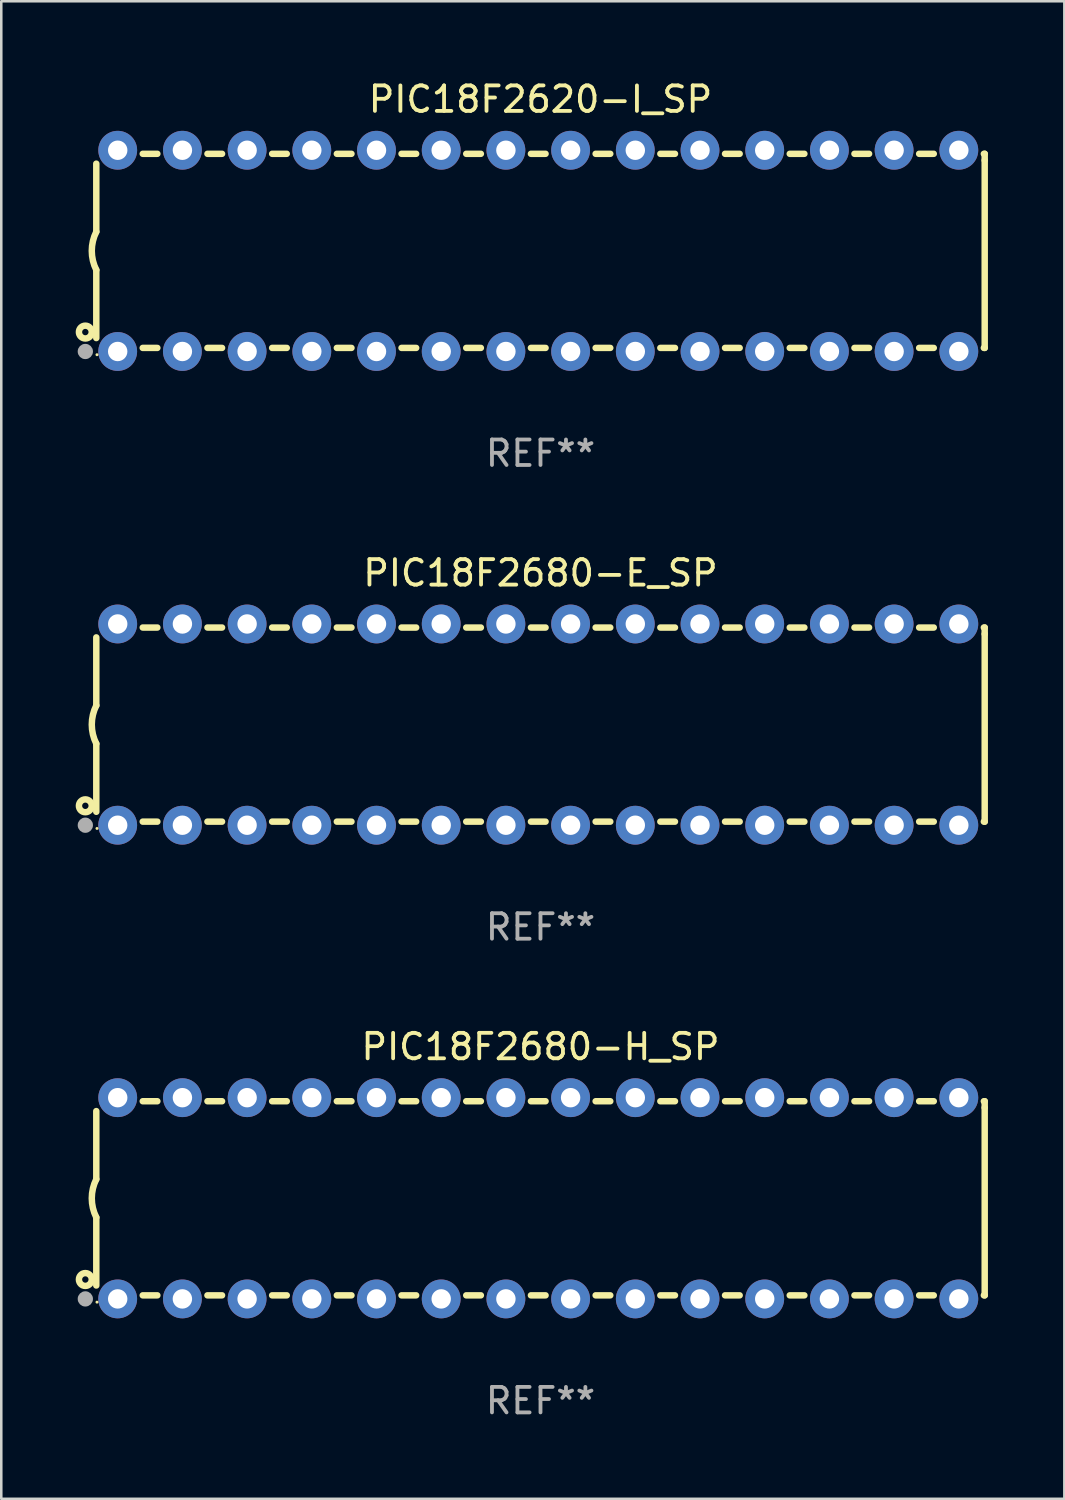
<source format=kicad_pcb>
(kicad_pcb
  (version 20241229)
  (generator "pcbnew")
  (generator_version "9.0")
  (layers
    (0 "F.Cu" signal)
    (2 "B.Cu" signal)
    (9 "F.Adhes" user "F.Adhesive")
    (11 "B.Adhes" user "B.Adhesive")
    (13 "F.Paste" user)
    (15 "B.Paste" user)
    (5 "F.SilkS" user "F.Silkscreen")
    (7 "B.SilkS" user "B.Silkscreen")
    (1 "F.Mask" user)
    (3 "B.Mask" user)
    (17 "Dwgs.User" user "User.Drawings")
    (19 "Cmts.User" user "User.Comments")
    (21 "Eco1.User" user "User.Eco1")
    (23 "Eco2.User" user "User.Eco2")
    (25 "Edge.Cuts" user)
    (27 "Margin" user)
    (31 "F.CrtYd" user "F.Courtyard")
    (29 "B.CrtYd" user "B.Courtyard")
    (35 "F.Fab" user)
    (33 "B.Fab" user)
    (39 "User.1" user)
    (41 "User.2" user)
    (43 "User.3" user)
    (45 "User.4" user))
  (footprint "PIC18F2680-H_SP"
    (layer "F.Cu")
    (at 18.168 43.991)
    (property "Reference" "PIC18F2680-H_SP" (at 0 -5.95 0) (layer "F.SilkS") (effects (font (size 1 1) (thickness 0.15))))
    (attr through_hole)
    (fp_line (start -17.438 0.75) (end -17.438 3.423) (stroke (width 0.254) (type solid)) (layer "F.SilkS"))
    (fp_line (start -17.438 -3.423) (end -17.438 -0.75) (stroke (width 0.254) (type solid)) (layer "F.SilkS"))
    (fp_line (start -15.615 3.81) (end -15.041 3.81) (stroke (width 0.254) (type solid)) (layer "F.SilkS"))
    (fp_line (start -15.041 -3.81) (end -15.614 -3.81) (stroke (width 0.254) (type solid)) (layer "F.SilkS"))
    (fp_line (start -13.075 3.81) (end -12.501 3.81) (stroke (width 0.254) (type solid)) (layer "F.SilkS"))
    (fp_line (start -12.501 -3.81) (end -13.074 -3.81) (stroke (width 0.254) (type solid)) (layer "F.SilkS"))
    (fp_line (start -10.535 3.81) (end -9.961 3.81) (stroke (width 0.254) (type solid)) (layer "F.SilkS"))
    (fp_line (start -9.961 -3.81) (end -10.534 -3.81) (stroke (width 0.254) (type solid)) (layer "F.SilkS"))
    (fp_line (start -7.995 3.81) (end -7.421 3.81) (stroke (width 0.254) (type solid)) (layer "F.SilkS"))
    (fp_line (start -7.421 -3.81) (end -7.995 -3.81) (stroke (width 0.254) (type solid)) (layer "F.SilkS"))
    (fp_line (start -5.455 3.81) (end -4.881 3.81) (stroke (width 0.254) (type solid)) (layer "F.SilkS"))
    (fp_line (start -4.881 -3.81) (end -5.455 -3.81) (stroke (width 0.254) (type solid)) (layer "F.SilkS"))
    (fp_line (start -2.915 3.81) (end -2.341 3.81) (stroke (width 0.254) (type solid)) (layer "F.SilkS"))
    (fp_line (start -2.341 -3.81) (end -2.915 -3.81) (stroke (width 0.254) (type solid)) (layer "F.SilkS"))
    (fp_line (start -0.375 3.81) (end 0.199 3.81) (stroke (width 0.254) (type solid)) (layer "F.SilkS"))
    (fp_line (start 0.199 -3.81) (end -0.375 -3.81) (stroke (width 0.254) (type solid)) (layer "F.SilkS"))
    (fp_line (start 2.165 3.81) (end 2.739 3.81) (stroke (width 0.254) (type solid)) (layer "F.SilkS"))
    (fp_line (start 2.739 -3.81) (end 2.165 -3.81) (stroke (width 0.254) (type solid)) (layer "F.SilkS"))
    (fp_line (start 4.705 3.81) (end 5.279 3.81) (stroke (width 0.254) (type solid)) (layer "F.SilkS"))
    (fp_line (start 5.279 -3.81) (end 4.705 -3.81) (stroke (width 0.254) (type solid)) (layer "F.SilkS"))
    (fp_line (start 7.245 3.81) (end 7.819 3.81) (stroke (width 0.254) (type solid)) (layer "F.SilkS"))
    (fp_line (start 7.819 -3.81) (end 7.245 -3.81) (stroke (width 0.254) (type solid)) (layer "F.SilkS"))
    (fp_line (start 9.785 3.81) (end 10.359 3.81) (stroke (width 0.254) (type solid)) (layer "F.SilkS"))
    (fp_line (start 10.359 -3.81) (end 9.785 -3.81) (stroke (width 0.254) (type solid)) (layer "F.SilkS"))
    (fp_line (start 12.325 3.81) (end 12.899 3.81) (stroke (width 0.254) (type solid)) (layer "F.SilkS"))
    (fp_line (start 12.899 -3.81) (end 12.325 -3.81) (stroke (width 0.254) (type solid)) (layer "F.SilkS"))
    (fp_line (start 14.865 3.81) (end 15.439 3.81) (stroke (width 0.254) (type solid)) (layer "F.SilkS"))
    (fp_line (start 15.439 -3.81) (end 14.865 -3.81) (stroke (width 0.254) (type solid)) (layer "F.SilkS"))
    (fp_line (start 17.405 3.81) (end 17.438 3.81) (stroke (width 0.254) (type solid)) (layer "F.SilkS"))
    (fp_line (start 17.438 -3.81) (end 17.405 -3.81) (stroke (width 0.254) (type solid)) (layer "F.SilkS"))
    (fp_line (start 17.438 -3.556) (end 17.438 -3.81) (stroke (width 0.254) (type solid)) (layer "F.SilkS"))
    (fp_line (start 17.438 3.81) (end 17.438 -3.556) (stroke (width 0.254) (type solid)) (layer "F.SilkS"))
    (fp_arc (start -17.437986 0.749657) (mid -17.614887 -0.000024) (end -17.437783 -0.749657) (stroke (width 0.254001) (type solid)) (layer "F.SilkS"))
    (fp_circle (center -17.868 3.188) (end -17.743 3.188) (stroke (width 0.254) (type solid)) (fill no) (layer "F.SilkS"))
    (fp_circle (center -17.411 4.077) (end -17.381 4.077) (stroke (width 0.06) (type solid)) (fill no) (layer "F.SilkS"))
    (fp_circle (center -17.868 3.95) (end -17.718 3.95) (stroke (width 0.3) (type solid)) (fill no) (layer "F.Fab"))
    (fp_text user "REF**" (at 0 7.95 0) (layer "F.Fab") (effects (font (size 1 1) (thickness 0.15))))
    (pad "1" thru_hole circle (at -16.598 3.95) (size 1.524 1.524) (drill 0.762) (layers "*.Cu" "*.Mask"))
    (pad "2" thru_hole circle (at -14.058 3.95) (size 1.524 1.524) (drill 0.762) (layers "*.Cu" "*.Mask"))
    (pad "3" thru_hole circle (at -11.518 3.95) (size 1.524 1.524) (drill 0.762) (layers "*.Cu" "*.Mask"))
    (pad "4" thru_hole circle (at -8.978 3.95) (size 1.524 1.524) (drill 0.762) (layers "*.Cu" "*.Mask"))
    (pad "5" thru_hole circle (at -6.438 3.95) (size 1.524 1.524) (drill 0.762) (layers "*.Cu" "*.Mask"))
    (pad "6" thru_hole circle (at -3.898 3.95) (size 1.524 1.524) (drill 0.762) (layers "*.Cu" "*.Mask"))
    (pad "7" thru_hole circle (at -1.358 3.95) (size 1.524 1.524) (drill 0.762) (layers "*.Cu" "*.Mask"))
    (pad "8" thru_hole circle (at 1.182 3.95) (size 1.524 1.524) (drill 0.762) (layers "*.Cu" "*.Mask"))
    (pad "9" thru_hole circle (at 3.722 3.95) (size 1.524 1.524) (drill 0.762) (layers "*.Cu" "*.Mask"))
    (pad "10" thru_hole circle (at 6.262 3.95) (size 1.524 1.524) (drill 0.762) (layers "*.Cu" "*.Mask"))
    (pad "11" thru_hole circle (at 8.802 3.95) (size 1.524 1.524) (drill 0.762) (layers "*.Cu" "*.Mask"))
    (pad "12" thru_hole circle (at 11.342 3.95) (size 1.524 1.524) (drill 0.762) (layers "*.Cu" "*.Mask"))
    (pad "13" thru_hole circle (at 13.882 3.95) (size 1.524 1.524) (drill 0.762) (layers "*.Cu" "*.Mask"))
    (pad "14" thru_hole circle (at 16.422 3.95) (size 1.524 1.524) (drill 0.762) (layers "*.Cu" "*.Mask"))
    (pad "15" thru_hole circle (at 16.422 -3.95) (size 1.524 1.524) (drill 0.762) (layers "*.Cu" "*.Mask"))
    (pad "16" thru_hole circle (at 13.882 -3.95) (size 1.524 1.524) (drill 0.762) (layers "*.Cu" "*.Mask"))
    (pad "17" thru_hole circle (at 11.342 -3.95) (size 1.524 1.524) (drill 0.762) (layers "*.Cu" "*.Mask"))
    (pad "18" thru_hole circle (at 8.802 -3.95) (size 1.524 1.524) (drill 0.762) (layers "*.Cu" "*.Mask"))
    (pad "19" thru_hole circle (at 6.262 -3.95) (size 1.524 1.524) (drill 0.762) (layers "*.Cu" "*.Mask"))
    (pad "20" thru_hole circle (at 3.722 -3.95) (size 1.524 1.524) (drill 0.762) (layers "*.Cu" "*.Mask"))
    (pad "21" thru_hole circle (at 1.182 -3.95) (size 1.524 1.524) (drill 0.762) (layers "*.Cu" "*.Mask"))
    (pad "22" thru_hole circle (at -1.358 -3.95) (size 1.524 1.524) (drill 0.762) (layers "*.Cu" "*.Mask"))
    (pad "23" thru_hole circle (at -3.898 -3.95) (size 1.524 1.524) (drill 0.762) (layers "*.Cu" "*.Mask"))
    (pad "24" thru_hole circle (at -6.438 -3.95) (size 1.524 1.524) (drill 0.762) (layers "*.Cu" "*.Mask"))
    (pad "25" thru_hole circle (at -8.978 -3.95) (size 1.524 1.524) (drill 0.762) (layers "*.Cu" "*.Mask"))
    (pad "26" thru_hole circle (at -11.517 -3.95) (size 1.524 1.524) (drill 0.762) (layers "*.Cu" "*.Mask"))
    (pad "27" thru_hole circle (at -14.057 -3.95) (size 1.524 1.524) (drill 0.762) (layers "*.Cu" "*.Mask"))
    (pad "28" thru_hole circle (at -16.597 -3.95) (size 1.524 1.524) (drill 0.762) (layers "*.Cu" "*.Mask")))
  (footprint "PIC18F2620-I_SP"
    (layer "F.Cu")
    (at 18.168 6.798)
    (property "Reference" "PIC18F2620-I_SP" (at 0 -5.95 0) (layer "F.SilkS") (effects (font (size 1 1) (thickness 0.15))))
    (attr through_hole)
    (fp_line (start -17.438 0.75) (end -17.438 3.423) (stroke (width 0.254) (type solid)) (layer "F.SilkS"))
    (fp_line (start -17.438 -3.423) (end -17.438 -0.75) (stroke (width 0.254) (type solid)) (layer "F.SilkS"))
    (fp_line (start -15.615 3.81) (end -15.041 3.81) (stroke (width 0.254) (type solid)) (layer "F.SilkS"))
    (fp_line (start -15.041 -3.81) (end -15.614 -3.81) (stroke (width 0.254) (type solid)) (layer "F.SilkS"))
    (fp_line (start -13.075 3.81) (end -12.501 3.81) (stroke (width 0.254) (type solid)) (layer "F.SilkS"))
    (fp_line (start -12.501 -3.81) (end -13.074 -3.81) (stroke (width 0.254) (type solid)) (layer "F.SilkS"))
    (fp_line (start -10.535 3.81) (end -9.961 3.81) (stroke (width 0.254) (type solid)) (layer "F.SilkS"))
    (fp_line (start -9.961 -3.81) (end -10.534 -3.81) (stroke (width 0.254) (type solid)) (layer "F.SilkS"))
    (fp_line (start -7.995 3.81) (end -7.421 3.81) (stroke (width 0.254) (type solid)) (layer "F.SilkS"))
    (fp_line (start -7.421 -3.81) (end -7.995 -3.81) (stroke (width 0.254) (type solid)) (layer "F.SilkS"))
    (fp_line (start -5.455 3.81) (end -4.881 3.81) (stroke (width 0.254) (type solid)) (layer "F.SilkS"))
    (fp_line (start -4.881 -3.81) (end -5.455 -3.81) (stroke (width 0.254) (type solid)) (layer "F.SilkS"))
    (fp_line (start -2.915 3.81) (end -2.341 3.81) (stroke (width 0.254) (type solid)) (layer "F.SilkS"))
    (fp_line (start -2.341 -3.81) (end -2.915 -3.81) (stroke (width 0.254) (type solid)) (layer "F.SilkS"))
    (fp_line (start -0.375 3.81) (end 0.199 3.81) (stroke (width 0.254) (type solid)) (layer "F.SilkS"))
    (fp_line (start 0.199 -3.81) (end -0.375 -3.81) (stroke (width 0.254) (type solid)) (layer "F.SilkS"))
    (fp_line (start 2.165 3.81) (end 2.739 3.81) (stroke (width 0.254) (type solid)) (layer "F.SilkS"))
    (fp_line (start 2.739 -3.81) (end 2.165 -3.81) (stroke (width 0.254) (type solid)) (layer "F.SilkS"))
    (fp_line (start 4.705 3.81) (end 5.279 3.81) (stroke (width 0.254) (type solid)) (layer "F.SilkS"))
    (fp_line (start 5.279 -3.81) (end 4.705 -3.81) (stroke (width 0.254) (type solid)) (layer "F.SilkS"))
    (fp_line (start 7.245 3.81) (end 7.819 3.81) (stroke (width 0.254) (type solid)) (layer "F.SilkS"))
    (fp_line (start 7.819 -3.81) (end 7.245 -3.81) (stroke (width 0.254) (type solid)) (layer "F.SilkS"))
    (fp_line (start 9.785 3.81) (end 10.359 3.81) (stroke (width 0.254) (type solid)) (layer "F.SilkS"))
    (fp_line (start 10.359 -3.81) (end 9.785 -3.81) (stroke (width 0.254) (type solid)) (layer "F.SilkS"))
    (fp_line (start 12.325 3.81) (end 12.899 3.81) (stroke (width 0.254) (type solid)) (layer "F.SilkS"))
    (fp_line (start 12.899 -3.81) (end 12.325 -3.81) (stroke (width 0.254) (type solid)) (layer "F.SilkS"))
    (fp_line (start 14.865 3.81) (end 15.439 3.81) (stroke (width 0.254) (type solid)) (layer "F.SilkS"))
    (fp_line (start 15.439 -3.81) (end 14.865 -3.81) (stroke (width 0.254) (type solid)) (layer "F.SilkS"))
    (fp_line (start 17.405 3.81) (end 17.438 3.81) (stroke (width 0.254) (type solid)) (layer "F.SilkS"))
    (fp_line (start 17.438 -3.81) (end 17.405 -3.81) (stroke (width 0.254) (type solid)) (layer "F.SilkS"))
    (fp_line (start 17.438 -3.556) (end 17.438 -3.81) (stroke (width 0.254) (type solid)) (layer "F.SilkS"))
    (fp_line (start 17.438 3.81) (end 17.438 -3.556) (stroke (width 0.254) (type solid)) (layer "F.SilkS"))
    (fp_arc (start -17.437986 0.749657) (mid -17.614887 -0.000024) (end -17.437783 -0.749657) (stroke (width 0.254001) (type solid)) (layer "F.SilkS"))
    (fp_circle (center -17.868 3.188) (end -17.743 3.188) (stroke (width 0.254) (type solid)) (fill no) (layer "F.SilkS"))
    (fp_circle (center -17.411 4.077) (end -17.381 4.077) (stroke (width 0.06) (type solid)) (fill no) (layer "F.SilkS"))
    (fp_circle (center -17.868 3.95) (end -17.718 3.95) (stroke (width 0.3) (type solid)) (fill no) (layer "F.Fab"))
    (fp_text user "REF**" (at 0 7.95 0) (layer "F.Fab") (effects (font (size 1 1) (thickness 0.15))))
    (pad "1" thru_hole circle (at -16.598 3.95) (size 1.524 1.524) (drill 0.762) (layers "*.Cu" "*.Mask"))
    (pad "2" thru_hole circle (at -14.058 3.95) (size 1.524 1.524) (drill 0.762) (layers "*.Cu" "*.Mask"))
    (pad "3" thru_hole circle (at -11.518 3.95) (size 1.524 1.524) (drill 0.762) (layers "*.Cu" "*.Mask"))
    (pad "4" thru_hole circle (at -8.978 3.95) (size 1.524 1.524) (drill 0.762) (layers "*.Cu" "*.Mask"))
    (pad "5" thru_hole circle (at -6.438 3.95) (size 1.524 1.524) (drill 0.762) (layers "*.Cu" "*.Mask"))
    (pad "6" thru_hole circle (at -3.898 3.95) (size 1.524 1.524) (drill 0.762) (layers "*.Cu" "*.Mask"))
    (pad "7" thru_hole circle (at -1.358 3.95) (size 1.524 1.524) (drill 0.762) (layers "*.Cu" "*.Mask"))
    (pad "8" thru_hole circle (at 1.182 3.95) (size 1.524 1.524) (drill 0.762) (layers "*.Cu" "*.Mask"))
    (pad "9" thru_hole circle (at 3.722 3.95) (size 1.524 1.524) (drill 0.762) (layers "*.Cu" "*.Mask"))
    (pad "10" thru_hole circle (at 6.262 3.95) (size 1.524 1.524) (drill 0.762) (layers "*.Cu" "*.Mask"))
    (pad "11" thru_hole circle (at 8.802 3.95) (size 1.524 1.524) (drill 0.762) (layers "*.Cu" "*.Mask"))
    (pad "12" thru_hole circle (at 11.342 3.95) (size 1.524 1.524) (drill 0.762) (layers "*.Cu" "*.Mask"))
    (pad "13" thru_hole circle (at 13.882 3.95) (size 1.524 1.524) (drill 0.762) (layers "*.Cu" "*.Mask"))
    (pad "14" thru_hole circle (at 16.422 3.95) (size 1.524 1.524) (drill 0.762) (layers "*.Cu" "*.Mask"))
    (pad "15" thru_hole circle (at 16.422 -3.95) (size 1.524 1.524) (drill 0.762) (layers "*.Cu" "*.Mask"))
    (pad "16" thru_hole circle (at 13.882 -3.95) (size 1.524 1.524) (drill 0.762) (layers "*.Cu" "*.Mask"))
    (pad "17" thru_hole circle (at 11.342 -3.95) (size 1.524 1.524) (drill 0.762) (layers "*.Cu" "*.Mask"))
    (pad "18" thru_hole circle (at 8.802 -3.95) (size 1.524 1.524) (drill 0.762) (layers "*.Cu" "*.Mask"))
    (pad "19" thru_hole circle (at 6.262 -3.95) (size 1.524 1.524) (drill 0.762) (layers "*.Cu" "*.Mask"))
    (pad "20" thru_hole circle (at 3.722 -3.95) (size 1.524 1.524) (drill 0.762) (layers "*.Cu" "*.Mask"))
    (pad "21" thru_hole circle (at 1.182 -3.95) (size 1.524 1.524) (drill 0.762) (layers "*.Cu" "*.Mask"))
    (pad "22" thru_hole circle (at -1.358 -3.95) (size 1.524 1.524) (drill 0.762) (layers "*.Cu" "*.Mask"))
    (pad "23" thru_hole circle (at -3.898 -3.95) (size 1.524 1.524) (drill 0.762) (layers "*.Cu" "*.Mask"))
    (pad "24" thru_hole circle (at -6.438 -3.95) (size 1.524 1.524) (drill 0.762) (layers "*.Cu" "*.Mask"))
    (pad "25" thru_hole circle (at -8.978 -3.95) (size 1.524 1.524) (drill 0.762) (layers "*.Cu" "*.Mask"))
    (pad "26" thru_hole circle (at -11.517 -3.95) (size 1.524 1.524) (drill 0.762) (layers "*.Cu" "*.Mask"))
    (pad "27" thru_hole circle (at -14.057 -3.95) (size 1.524 1.524) (drill 0.762) (layers "*.Cu" "*.Mask"))
    (pad "28" thru_hole circle (at -16.597 -3.95) (size 1.524 1.524) (drill 0.762) (layers "*.Cu" "*.Mask")))
  (footprint "PIC18F2680-E_SP"
    (layer "F.Cu")
    (at 18.168 25.395)
    (property "Reference" "PIC18F2680-E_SP" (at 0 -5.95 0) (layer "F.SilkS") (effects (font (size 1 1) (thickness 0.15))))
    (attr through_hole)
    (fp_line (start -17.438 0.75) (end -17.438 3.423) (stroke (width 0.254) (type solid)) (layer "F.SilkS"))
    (fp_line (start -17.438 -3.423) (end -17.438 -0.75) (stroke (width 0.254) (type solid)) (layer "F.SilkS"))
    (fp_line (start -15.615 3.81) (end -15.041 3.81) (stroke (width 0.254) (type solid)) (layer "F.SilkS"))
    (fp_line (start -15.041 -3.81) (end -15.614 -3.81) (stroke (width 0.254) (type solid)) (layer "F.SilkS"))
    (fp_line (start -13.075 3.81) (end -12.501 3.81) (stroke (width 0.254) (type solid)) (layer "F.SilkS"))
    (fp_line (start -12.501 -3.81) (end -13.074 -3.81) (stroke (width 0.254) (type solid)) (layer "F.SilkS"))
    (fp_line (start -10.535 3.81) (end -9.961 3.81) (stroke (width 0.254) (type solid)) (layer "F.SilkS"))
    (fp_line (start -9.961 -3.81) (end -10.534 -3.81) (stroke (width 0.254) (type solid)) (layer "F.SilkS"))
    (fp_line (start -7.995 3.81) (end -7.421 3.81) (stroke (width 0.254) (type solid)) (layer "F.SilkS"))
    (fp_line (start -7.421 -3.81) (end -7.995 -3.81) (stroke (width 0.254) (type solid)) (layer "F.SilkS"))
    (fp_line (start -5.455 3.81) (end -4.881 3.81) (stroke (width 0.254) (type solid)) (layer "F.SilkS"))
    (fp_line (start -4.881 -3.81) (end -5.455 -3.81) (stroke (width 0.254) (type solid)) (layer "F.SilkS"))
    (fp_line (start -2.915 3.81) (end -2.341 3.81) (stroke (width 0.254) (type solid)) (layer "F.SilkS"))
    (fp_line (start -2.341 -3.81) (end -2.915 -3.81) (stroke (width 0.254) (type solid)) (layer "F.SilkS"))
    (fp_line (start -0.375 3.81) (end 0.199 3.81) (stroke (width 0.254) (type solid)) (layer "F.SilkS"))
    (fp_line (start 0.199 -3.81) (end -0.375 -3.81) (stroke (width 0.254) (type solid)) (layer "F.SilkS"))
    (fp_line (start 2.165 3.81) (end 2.739 3.81) (stroke (width 0.254) (type solid)) (layer "F.SilkS"))
    (fp_line (start 2.739 -3.81) (end 2.165 -3.81) (stroke (width 0.254) (type solid)) (layer "F.SilkS"))
    (fp_line (start 4.705 3.81) (end 5.279 3.81) (stroke (width 0.254) (type solid)) (layer "F.SilkS"))
    (fp_line (start 5.279 -3.81) (end 4.705 -3.81) (stroke (width 0.254) (type solid)) (layer "F.SilkS"))
    (fp_line (start 7.245 3.81) (end 7.819 3.81) (stroke (width 0.254) (type solid)) (layer "F.SilkS"))
    (fp_line (start 7.819 -3.81) (end 7.245 -3.81) (stroke (width 0.254) (type solid)) (layer "F.SilkS"))
    (fp_line (start 9.785 3.81) (end 10.359 3.81) (stroke (width 0.254) (type solid)) (layer "F.SilkS"))
    (fp_line (start 10.359 -3.81) (end 9.785 -3.81) (stroke (width 0.254) (type solid)) (layer "F.SilkS"))
    (fp_line (start 12.325 3.81) (end 12.899 3.81) (stroke (width 0.254) (type solid)) (layer "F.SilkS"))
    (fp_line (start 12.899 -3.81) (end 12.325 -3.81) (stroke (width 0.254) (type solid)) (layer "F.SilkS"))
    (fp_line (start 14.865 3.81) (end 15.439 3.81) (stroke (width 0.254) (type solid)) (layer "F.SilkS"))
    (fp_line (start 15.439 -3.81) (end 14.865 -3.81) (stroke (width 0.254) (type solid)) (layer "F.SilkS"))
    (fp_line (start 17.405 3.81) (end 17.438 3.81) (stroke (width 0.254) (type solid)) (layer "F.SilkS"))
    (fp_line (start 17.438 -3.81) (end 17.405 -3.81) (stroke (width 0.254) (type solid)) (layer "F.SilkS"))
    (fp_line (start 17.438 -3.556) (end 17.438 -3.81) (stroke (width 0.254) (type solid)) (layer "F.SilkS"))
    (fp_line (start 17.438 3.81) (end 17.438 -3.556) (stroke (width 0.254) (type solid)) (layer "F.SilkS"))
    (fp_arc (start -17.437986 0.749657) (mid -17.614887 -0.000024) (end -17.437783 -0.749657) (stroke (width 0.254001) (type solid)) (layer "F.SilkS"))
    (fp_circle (center -17.868 3.188) (end -17.743 3.188) (stroke (width 0.254) (type solid)) (fill no) (layer "F.SilkS"))
    (fp_circle (center -17.411 4.077) (end -17.381 4.077) (stroke (width 0.06) (type solid)) (fill no) (layer "F.SilkS"))
    (fp_circle (center -17.868 3.95) (end -17.718 3.95) (stroke (width 0.3) (type solid)) (fill no) (layer "F.Fab"))
    (fp_text user "REF**" (at 0 7.95 0) (layer "F.Fab") (effects (font (size 1 1) (thickness 0.15))))
    (pad "1" thru_hole circle (at -16.598 3.95) (size 1.524 1.524) (drill 0.762) (layers "*.Cu" "*.Mask"))
    (pad "2" thru_hole circle (at -14.058 3.95) (size 1.524 1.524) (drill 0.762) (layers "*.Cu" "*.Mask"))
    (pad "3" thru_hole circle (at -11.518 3.95) (size 1.524 1.524) (drill 0.762) (layers "*.Cu" "*.Mask"))
    (pad "4" thru_hole circle (at -8.978 3.95) (size 1.524 1.524) (drill 0.762) (layers "*.Cu" "*.Mask"))
    (pad "5" thru_hole circle (at -6.438 3.95) (size 1.524 1.524) (drill 0.762) (layers "*.Cu" "*.Mask"))
    (pad "6" thru_hole circle (at -3.898 3.95) (size 1.524 1.524) (drill 0.762) (layers "*.Cu" "*.Mask"))
    (pad "7" thru_hole circle (at -1.358 3.95) (size 1.524 1.524) (drill 0.762) (layers "*.Cu" "*.Mask"))
    (pad "8" thru_hole circle (at 1.182 3.95) (size 1.524 1.524) (drill 0.762) (layers "*.Cu" "*.Mask"))
    (pad "9" thru_hole circle (at 3.722 3.95) (size 1.524 1.524) (drill 0.762) (layers "*.Cu" "*.Mask"))
    (pad "10" thru_hole circle (at 6.262 3.95) (size 1.524 1.524) (drill 0.762) (layers "*.Cu" "*.Mask"))
    (pad "11" thru_hole circle (at 8.802 3.95) (size 1.524 1.524) (drill 0.762) (layers "*.Cu" "*.Mask"))
    (pad "12" thru_hole circle (at 11.342 3.95) (size 1.524 1.524) (drill 0.762) (layers "*.Cu" "*.Mask"))
    (pad "13" thru_hole circle (at 13.882 3.95) (size 1.524 1.524) (drill 0.762) (layers "*.Cu" "*.Mask"))
    (pad "14" thru_hole circle (at 16.422 3.95) (size 1.524 1.524) (drill 0.762) (layers "*.Cu" "*.Mask"))
    (pad "15" thru_hole circle (at 16.422 -3.95) (size 1.524 1.524) (drill 0.762) (layers "*.Cu" "*.Mask"))
    (pad "16" thru_hole circle (at 13.882 -3.95) (size 1.524 1.524) (drill 0.762) (layers "*.Cu" "*.Mask"))
    (pad "17" thru_hole circle (at 11.342 -3.95) (size 1.524 1.524) (drill 0.762) (layers "*.Cu" "*.Mask"))
    (pad "18" thru_hole circle (at 8.802 -3.95) (size 1.524 1.524) (drill 0.762) (layers "*.Cu" "*.Mask"))
    (pad "19" thru_hole circle (at 6.262 -3.95) (size 1.524 1.524) (drill 0.762) (layers "*.Cu" "*.Mask"))
    (pad "20" thru_hole circle (at 3.722 -3.95) (size 1.524 1.524) (drill 0.762) (layers "*.Cu" "*.Mask"))
    (pad "21" thru_hole circle (at 1.182 -3.95) (size 1.524 1.524) (drill 0.762) (layers "*.Cu" "*.Mask"))
    (pad "22" thru_hole circle (at -1.358 -3.95) (size 1.524 1.524) (drill 0.762) (layers "*.Cu" "*.Mask"))
    (pad "23" thru_hole circle (at -3.898 -3.95) (size 1.524 1.524) (drill 0.762) (layers "*.Cu" "*.Mask"))
    (pad "24" thru_hole circle (at -6.438 -3.95) (size 1.524 1.524) (drill 0.762) (layers "*.Cu" "*.Mask"))
    (pad "25" thru_hole circle (at -8.978 -3.95) (size 1.524 1.524) (drill 0.762) (layers "*.Cu" "*.Mask"))
    (pad "26" thru_hole circle (at -11.517 -3.95) (size 1.524 1.524) (drill 0.762) (layers "*.Cu" "*.Mask"))
    (pad "27" thru_hole circle (at -14.057 -3.95) (size 1.524 1.524) (drill 0.762) (layers "*.Cu" "*.Mask"))
    (pad "28" thru_hole circle (at -16.597 -3.95) (size 1.524 1.524) (drill 0.762) (layers "*.Cu" "*.Mask")))
  (gr_rect
    (start -3 -3)
    (end 38.733 55.789)
    (stroke (width 0.1) (type default))
    (fill no)
    (layer "Edge.Cuts")))
</source>
